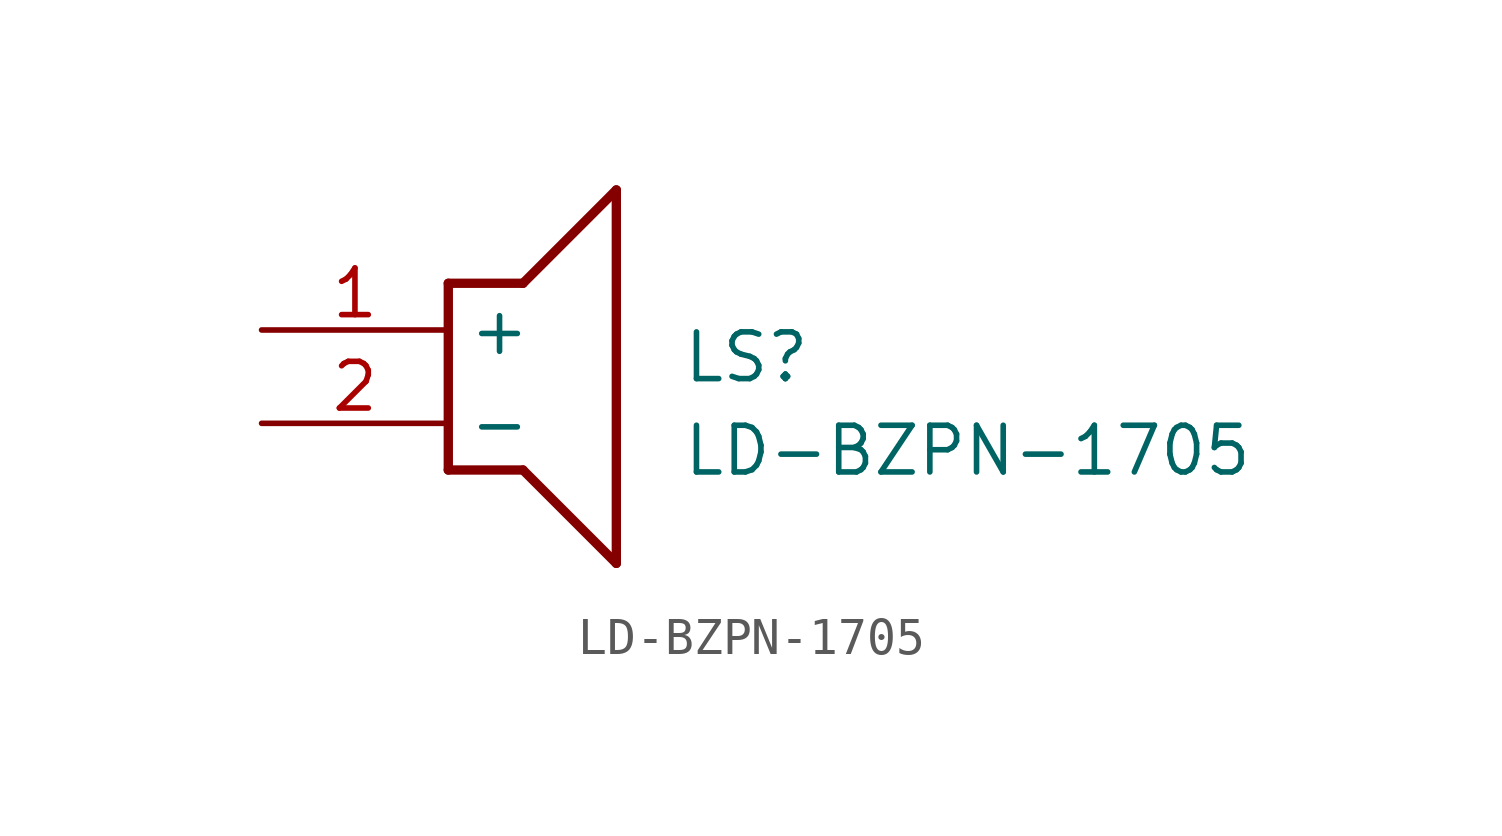
<source format=kicad_sym>
(kicad_symbol_lib
  (version 20211014)
  (generator SamacSys_ECAD_Model)
  (symbol "LD-BZPN-1705"
    (property "Reference" "LS"
      (at 11.43 0 0)
      (effects (font (size 1.27 1.27)) (justify left top)))
    (property "Value" "LD-BZPN-1705"
      (at 11.43 -2.54 0)
      (effects (font (size 1.27 1.27)) (justify left top)))
    (polyline
      (pts (xy 5.08 1.27) (xy 7.112 1.27))
      (stroke (width 0.254) (type default))
      (fill (type none)))
    (polyline
      (pts (xy 9.652 3.81) (xy 7.112 1.27))
      (stroke (width 0.254) (type default))
      (fill (type none)))
    (polyline
      (pts (xy 9.652 3.81) (xy 9.652 -6.35))
      (stroke (width 0.254) (type default))
      (fill (type none)))
    (polyline
      (pts (xy 7.112 -3.81) (xy 9.652 -6.35))
      (stroke (width 0.254) (type default))
      (fill (type none)))
    (polyline
      (pts (xy 7.112 -3.81) (xy 5.08 -3.81))
      (stroke (width 0.254) (type default))
      (fill (type none)))
    (polyline
      (pts (xy 5.08 1.27) (xy 5.08 -3.81))
      (stroke (width 0.254) (type default))
      (fill (type none)))
    (pin passive line
      (at 0 0 0)
      (length 5.08)
      (name "+" (effects (font (size 1.27 1.27))))
      (number "1" (effects (font (size 1.27 1.27)))))
    (pin passive line
      (at 0 -2.54 0)
      (length 5.08)
      (name "-" (effects (font (size 1.27 1.27))))
      (number "2" (effects (font (size 1.27 1.27)))))))
</source>
